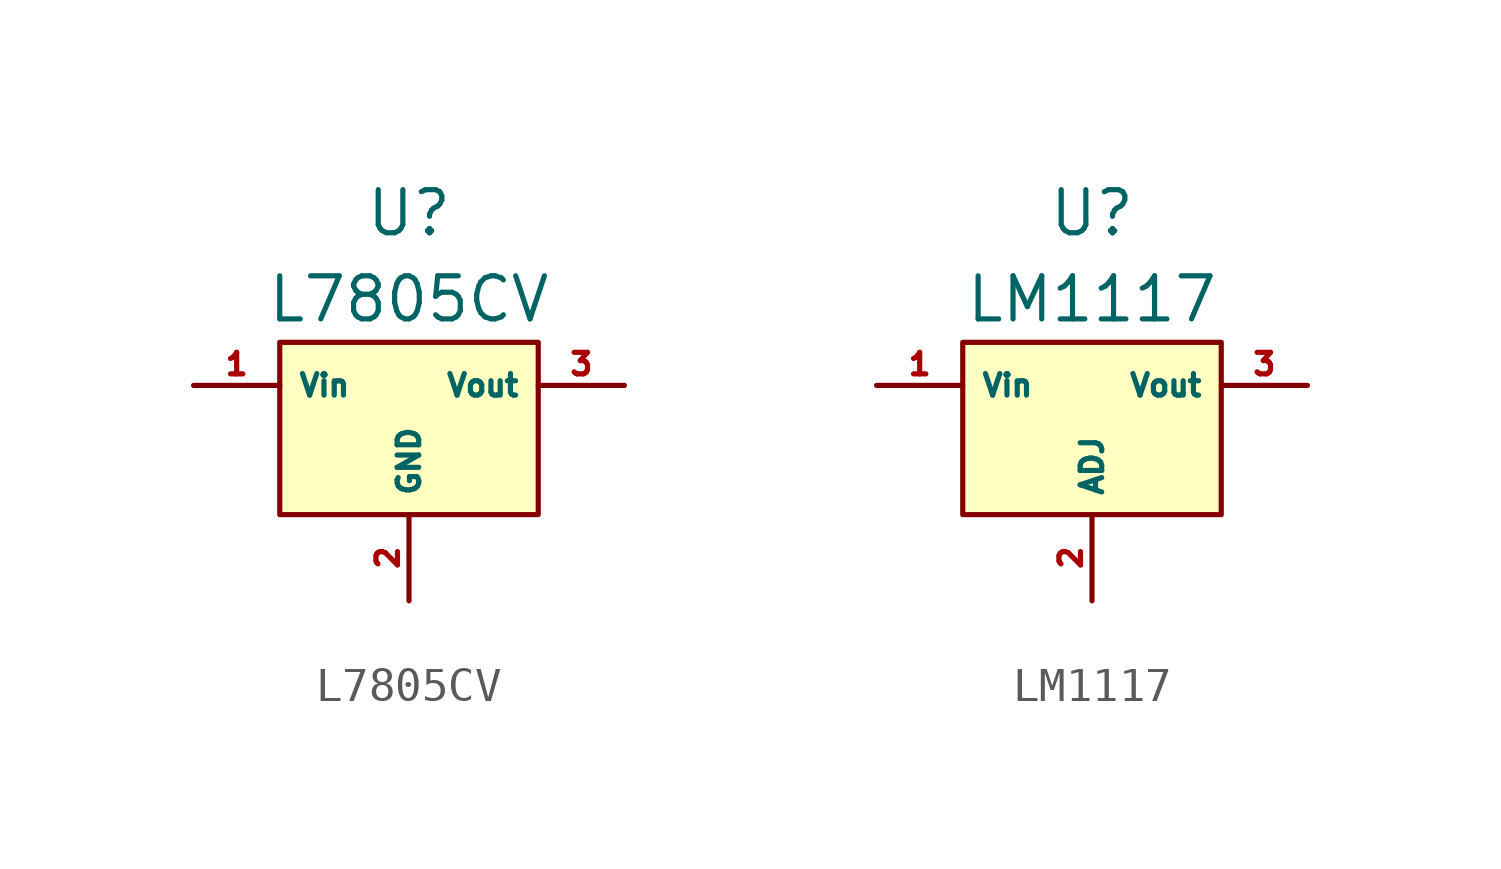
<source format=kicad_sym>
(kicad_symbol_lib
  (version 20211014)
  (generator kicad_symbol_editor)
  (symbol "L7805CV"
    (property "Reference" "U"
      (at 0 7.62 0)
      (effects (font (size 1.27 1.27))))
    (property "Value" "L7805CV"
      (at 0 5.08 0)
      (effects (font (size 1.27 1.27))))
    (symbol "L7805CV_0_1"
      (rectangle (start -3.81 3.81) (end 3.81 -1.27) (stroke (width 0) (type default) (color 0 0 0 0)) (fill (type background))))
    (symbol "L7805CV_1_1"
      (pin power_in line (at -6.35 2.54 0) (length 2.54) (name "Vin" (effects (font (size 0.635 0.635)))) (number "1" (effects (font (size 0.635 0.635)))))
      (pin power_in line (at 0 -3.81 90) (length 2.54) (name "GND" (effects (font (size 0.635 0.635)))) (number "2" (effects (font (size 0.635 0.635)))))
      (pin power_out line (at 6.35 2.54 180) (length 2.54) (name "Vout" (effects (font (size 0.635 0.635)))) (number "3" (effects (font (size 0.635 0.635)))))))
  (symbol "LM1117"
    (property "Reference" "U"
      (at 0 7.62 0)
      (effects (font (size 1.27 1.27))))
    (property "Value" "LM1117"
      (at 0 5.08 0)
      (effects (font (size 1.27 1.27))))
    (symbol "LM1117_0_1"
      (rectangle (start -3.81 3.81) (end 3.81 -1.27) (stroke (width 0) (type default) (color 0 0 0 0)) (fill (type background))))
    (symbol "LM1117_1_1"
      (pin power_in line (at -6.35 2.54 0) (length 2.54) (name "Vin" (effects (font (size 0.635 0.635)))) (number "1" (effects (font (size 0.635 0.635)))))
      (pin power_in line (at 0 -3.81 90) (length 2.54) (name "ADJ" (effects (font (size 0.635 0.635)))) (number "2" (effects (font (size 0.635 0.635)))))
      (pin power_out line (at 6.35 2.54 180) (length 2.54) (name "Vout" (effects (font (size 0.635 0.635)))) (number "3" (effects (font (size 0.635 0.635))))))))
</source>
